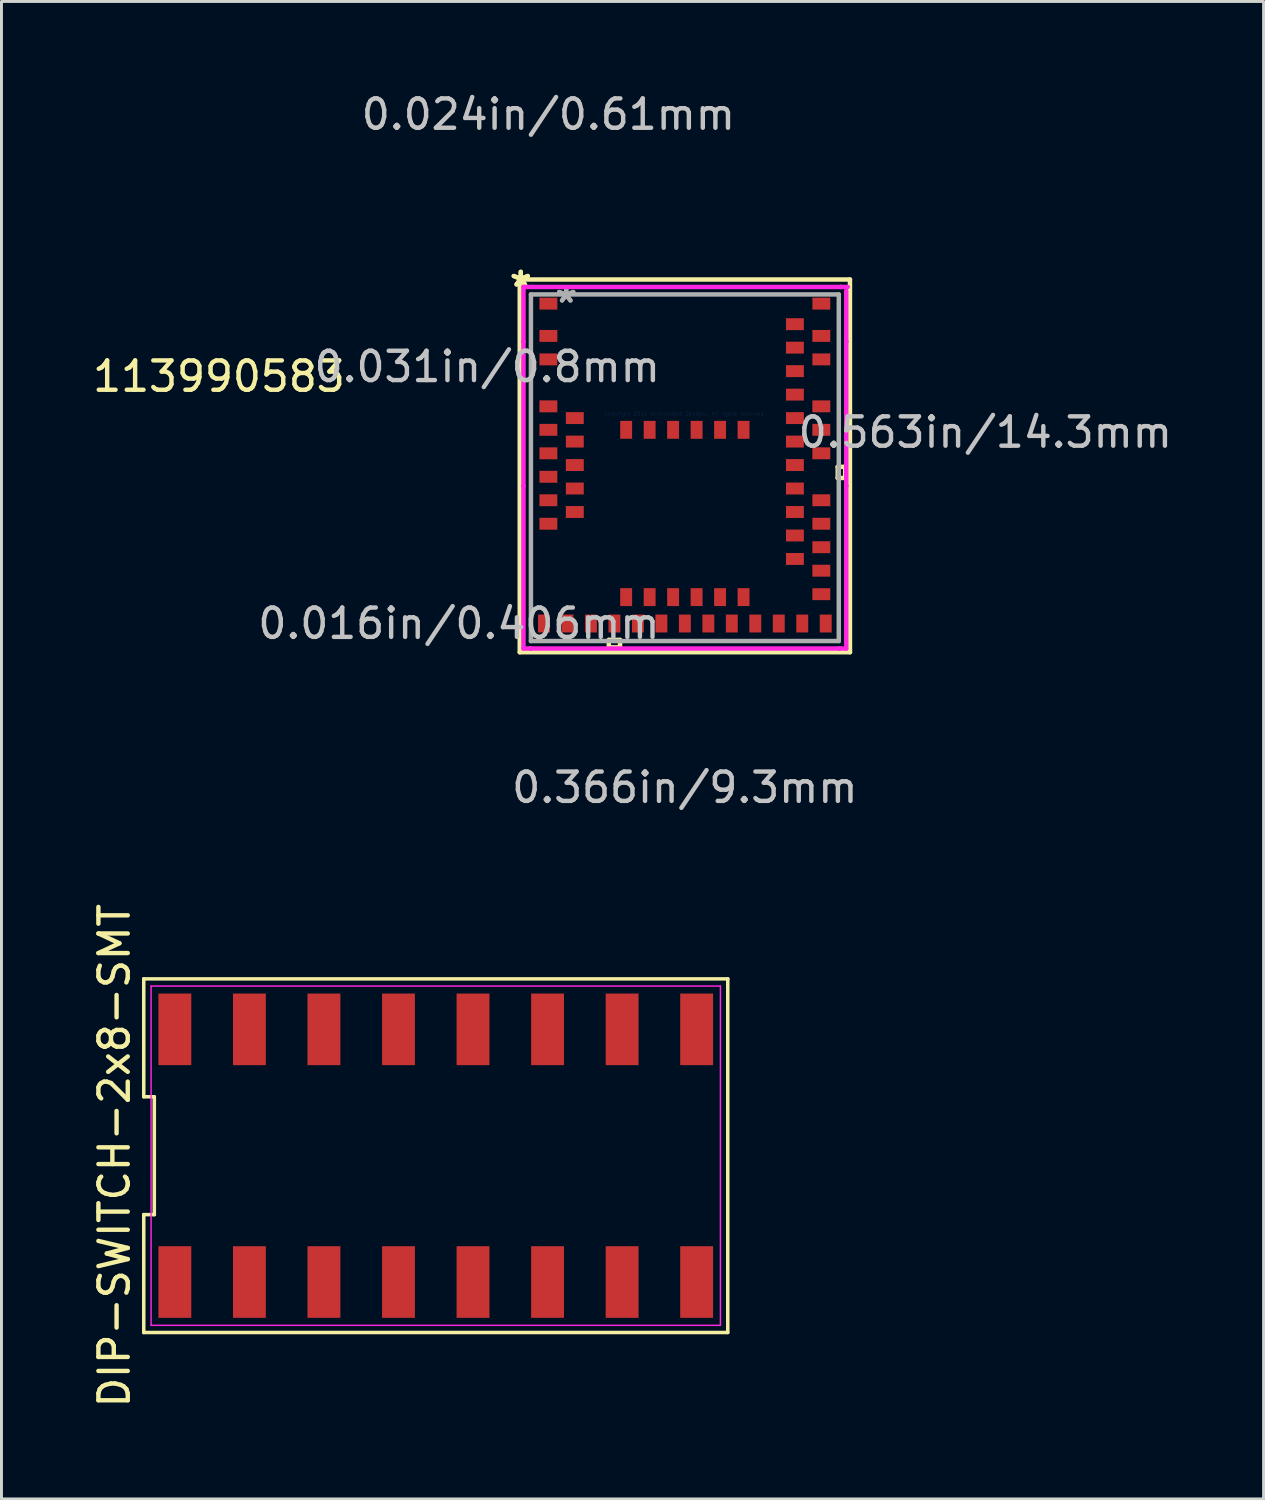
<source format=kicad_pcb>
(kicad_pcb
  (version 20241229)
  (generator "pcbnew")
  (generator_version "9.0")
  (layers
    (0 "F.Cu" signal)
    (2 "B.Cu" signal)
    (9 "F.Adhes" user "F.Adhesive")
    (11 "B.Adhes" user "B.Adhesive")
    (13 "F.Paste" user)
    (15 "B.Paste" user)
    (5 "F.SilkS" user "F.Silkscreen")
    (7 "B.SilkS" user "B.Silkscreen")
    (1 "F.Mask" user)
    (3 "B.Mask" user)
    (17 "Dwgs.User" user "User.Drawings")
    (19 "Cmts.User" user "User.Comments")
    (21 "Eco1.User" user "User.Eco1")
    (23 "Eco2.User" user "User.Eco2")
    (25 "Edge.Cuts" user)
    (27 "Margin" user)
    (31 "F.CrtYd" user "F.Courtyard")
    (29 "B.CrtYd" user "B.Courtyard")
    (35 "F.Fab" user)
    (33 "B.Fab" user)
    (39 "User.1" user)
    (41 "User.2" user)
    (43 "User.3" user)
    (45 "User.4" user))
  (footprint "DIP-SWITCH-2x8-SMT"
    (layer "F.Cu")
    (at 11.798 36.329)
    (property "Reference" "DIP-SWITCH-2x8-SMT" (at -10.95 0 90) (layer "F.SilkS") (effects (font (size 1 1) (thickness 0.15))))
    (attr through_hole)
    (fp_line (start -9.95 -6.025) (end -9.95 -2.008) (stroke (width 0.12) (type solid)) (layer "F.SilkS"))
    (fp_line (start -9.95 -2.008) (end -9.59 -2.008) (stroke (width 0.12) (type solid)) (layer "F.SilkS"))
    (fp_line (start -9.95 2.008) (end -9.95 6.025) (stroke (width 0.12) (type solid)) (layer "F.SilkS"))
    (fp_line (start -9.95 6.025) (end 9.95 6.025) (stroke (width 0.12) (type solid)) (layer "F.SilkS"))
    (fp_line (start -9.59 -2.008) (end -9.59 2.008) (stroke (width 0.12) (type solid)) (layer "F.SilkS"))
    (fp_line (start -9.59 2.008) (end -9.95 2.008) (stroke (width 0.12) (type solid)) (layer "F.SilkS"))
    (fp_line (start 9.95 -6.025) (end -9.95 -6.025) (stroke (width 0.12) (type solid)) (layer "F.SilkS"))
    (fp_line (start 9.95 6.025) (end 9.95 -6.025) (stroke (width 0.12) (type solid)) (layer "F.SilkS"))
    (fp_line (start -9.7 -5.78) (end 9.7 -5.78) (stroke (width 0.05) (type solid)) (layer "F.CrtYd"))
    (fp_line (start -9.7 5.78) (end -9.7 -5.78) (stroke (width 0.05) (type solid)) (layer "F.CrtYd"))
    (fp_line (start 9.7 -5.78) (end 9.7 5.78) (stroke (width 0.05) (type solid)) (layer "F.CrtYd"))
    (fp_line (start 9.7 5.78) (end -9.7 5.78) (stroke (width 0.05) (type solid)) (layer "F.CrtYd"))
    (pad "1" smd rect (at -8.89 4.305) (size 1.12 2.44) (layers "F.Cu" "F.Mask" "F.Paste"))
    (pad "2" smd rect (at -6.35 4.305) (size 1.12 2.44) (layers "F.Cu" "F.Mask" "F.Paste"))
    (pad "3" smd rect (at -3.81 4.305) (size 1.12 2.44) (layers "F.Cu" "F.Mask" "F.Paste"))
    (pad "4" smd rect (at -1.27 4.305) (size 1.12 2.44) (layers "F.Cu" "F.Mask" "F.Paste"))
    (pad "5" smd rect (at 1.27 4.305) (size 1.12 2.44) (layers "F.Cu" "F.Mask" "F.Paste"))
    (pad "6" smd rect (at 3.81 4.305) (size 1.12 2.44) (layers "F.Cu" "F.Mask" "F.Paste"))
    (pad "7" smd rect (at 6.35 4.305) (size 1.12 2.44) (layers "F.Cu" "F.Mask" "F.Paste"))
    (pad "8" smd rect (at 8.89 4.305) (size 1.12 2.44) (layers "F.Cu" "F.Mask" "F.Paste"))
    (pad "9" smd rect (at 8.89 -4.305) (size 1.12 2.44) (layers "F.Cu" "F.Mask" "F.Paste"))
    (pad "10" smd rect (at 6.35 -4.305) (size 1.12 2.44) (layers "F.Cu" "F.Mask" "F.Paste"))
    (pad "11" smd rect (at 3.81 -4.305) (size 1.12 2.44) (layers "F.Cu" "F.Mask" "F.Paste"))
    (pad "12" smd rect (at 1.27 -4.305) (size 1.12 2.44) (layers "F.Cu" "F.Mask" "F.Paste"))
    (pad "13" smd rect (at -1.27 -4.305) (size 1.12 2.44) (layers "F.Cu" "F.Mask" "F.Paste"))
    (pad "14" smd rect (at -3.81 -4.305) (size 1.12 2.44) (layers "F.Cu" "F.Mask" "F.Paste"))
    (pad "15" smd rect (at -6.35 -4.305) (size 1.12 2.44) (layers "F.Cu" "F.Mask" "F.Paste"))
    (pad "16" smd rect (at -8.89 -4.305) (size 1.12 2.44) (layers "F.Cu" "F.Mask" "F.Paste")))
  (footprint "113990583"
    (layer "F.Cu")
    (at 20.286 11.046)
    (property "Reference" "113990583" (at -15.875 -1.27 0) (layer "F.SilkS") (effects (font (size 1 1) (thickness 0.15))))
    (attr through_hole)
    (fp_line (start -5.626 -4.572) (end -5.626 8.128) (stroke (width 0.152) (type solid)) (layer "F.SilkS"))
    (fp_line (start -5.626 8.128) (end 5.626 8.128) (stroke (width 0.152) (type solid)) (layer "F.SilkS"))
    (fp_line (start -2.591 7.709) (end -2.591 7.963) (stroke (width 0.152) (type solid)) (layer "F.SilkS"))
    (fp_line (start -2.591 7.963) (end -2.209 7.963) (stroke (width 0.152) (type solid)) (layer "F.SilkS"))
    (fp_line (start -2.209 7.709) (end -2.591 7.709) (stroke (width 0.152) (type solid)) (layer "F.SilkS"))
    (fp_line (start -2.209 7.963) (end -2.209 7.709) (stroke (width 0.152) (type solid)) (layer "F.SilkS"))
    (fp_line (start 5.209 1.81) (end 5.463 1.81) (stroke (width 0.152) (type solid)) (layer "F.SilkS"))
    (fp_line (start 5.209 2.191) (end 5.209 1.81) (stroke (width 0.152) (type solid)) (layer "F.SilkS"))
    (fp_line (start 5.463 1.81) (end 5.463 2.191) (stroke (width 0.152) (type solid)) (layer "F.SilkS"))
    (fp_line (start 5.463 2.191) (end 5.209 2.191) (stroke (width 0.152) (type solid)) (layer "F.SilkS"))
    (fp_line (start 5.626 -4.572) (end -5.626 -4.572) (stroke (width 0.152) (type solid)) (layer "F.SilkS"))
    (fp_line (start 5.626 8.128) (end 5.626 -4.572) (stroke (width 0.152) (type solid)) (layer "F.SilkS"))
    (fp_line (start -5.499 -4.318) (end -5.257 -4.318) (stroke (width 0.152) (type solid)) (layer "F.CrtYd"))
    (fp_line (start -5.499 -2.457) (end -5.499 -4.318) (stroke (width 0.152) (type solid)) (layer "F.CrtYd"))
    (fp_line (start -5.499 -2.457) (end -5.499 -2.457) (stroke (width 0.152) (type solid)) (layer "F.CrtYd"))
    (fp_line (start -5.499 2.457) (end -5.499 -2.457) (stroke (width 0.152) (type solid)) (layer "F.CrtYd"))
    (fp_line (start -5.499 2.457) (end -5.499 2.457) (stroke (width 0.152) (type solid)) (layer "F.CrtYd"))
    (fp_line (start -5.499 8.001) (end -5.499 2.457) (stroke (width 0.152) (type solid)) (layer "F.CrtYd"))
    (fp_line (start -5.257 8.001) (end -5.499 8.001) (stroke (width 0.152) (type solid)) (layer "F.CrtYd"))
    (fp_line (start -5.257 8.001) (end -5.257 8.001) (stroke (width 0.152) (type solid)) (layer "F.CrtYd"))
    (fp_line (start -5.207 -4.318) (end -5.207 -4.318) (stroke (width 0.152) (type solid)) (layer "F.CrtYd"))
    (fp_line (start -5.207 -4.318) (end 5.307 -4.318) (stroke (width 0.152) (type solid)) (layer "F.CrtYd"))
    (fp_line (start 5.257 8.001) (end -5.257 8.001) (stroke (width 0.152) (type solid)) (layer "F.CrtYd"))
    (fp_line (start 5.257 8.001) (end 5.257 8.001) (stroke (width 0.152) (type solid)) (layer "F.CrtYd"))
    (fp_line (start 5.307 -4.318) (end 5.307 -4.318) (stroke (width 0.152) (type solid)) (layer "F.CrtYd"))
    (fp_line (start 5.307 -4.318) (end 5.549 -4.318) (stroke (width 0.152) (type solid)) (layer "F.CrtYd"))
    (fp_line (start 5.499 -4.191) (end 5.499 -2.457) (stroke (width 0.152) (type solid)) (layer "F.CrtYd"))
    (fp_line (start 5.499 -2.457) (end 5.499 -2.457) (stroke (width 0.152) (type solid)) (layer "F.CrtYd"))
    (fp_line (start 5.499 -2.457) (end 5.499 2.457) (stroke (width 0.152) (type solid)) (layer "F.CrtYd"))
    (fp_line (start 5.499 2.457) (end 5.499 2.457) (stroke (width 0.152) (type solid)) (layer "F.CrtYd"))
    (fp_line (start 5.499 2.457) (end 5.499 8.001) (stroke (width 0.152) (type solid)) (layer "F.CrtYd"))
    (fp_line (start 5.499 8.001) (end 5.257 8.001) (stroke (width 0.152) (type solid)) (layer "F.CrtYd"))
    (fp_line (start -5.245 -4.064) (end -5.245 7.747) (stroke (width 0.152) (type solid)) (layer "F.Fab"))
    (fp_line (start -5.245 7.747) (end 5.245 7.747) (stroke (width 0.152) (type solid)) (layer "F.Fab"))
    (fp_line (start 5.245 -4.064) (end -5.245 -4.064) (stroke (width 0.152) (type solid)) (layer "F.Fab"))
    (fp_line (start 5.245 7.747) (end 5.245 -4.064) (stroke (width 0.152) (type solid)) (layer "F.Fab"))
    (fp_text user "*" (at -5.591 -4.288 0) (layer "F.SilkS") (effects (font (size 1 1) (thickness 0.15))))
    (fp_text user "*" (at -5.591 -4.288 0) (layer "F.SilkS") (effects (font (size 1 1) (thickness 0.15))))
    (fp_text user "0.563in/14.3mm" (at 10.238 0.635 0) (layer "Dwgs.User") (effects (font (size 1 1) (thickness 0.15))))
    (fp_text user "0.366in/9.3mm" (at 0 12.738 0) (layer "Dwgs.User") (effects (font (size 1 1) (thickness 0.15))))
    (fp_text user "0.024in/0.61mm" (at -4.65 -10.198 0) (layer "Dwgs.User") (effects (font (size 1 1) (thickness 0.15))))
    (fp_text user "0.031in/0.8mm" (at -6.733 -1.6 0) (layer "Dwgs.User") (effects (font (size 1 1) (thickness 0.15))))
    (fp_text user "0.016in/0.406mm" (at -7.698 7.15 0) (layer "Dwgs.User") (effects (font (size 1 1) (thickness 0.15))))
    (fp_text user "Copyright 2016 Accelerated Designs. All rights reserved." (at 0 0 0) (layer "Cmts.User") (effects (font (size 0.127 0.127) (thickness 0.002))))
    (fp_text user "*" (at -4.042 -3.743 0) (layer "F.Fab") (effects (font (size 1 1) (thickness 0.15))))
    (fp_text user "*" (at -4.042 -3.743 0) (layer "F.Fab") (effects (font (size 1 1) (thickness 0.15))))
    (pad "1" smd rect (at -4.65 -3.75 90) (size 0.406 0.61) (layers "F.Cu" "F.Mask" "F.Paste"))
    (pad "2" smd rect (at -4.65 -2.65 90) (size 0.406 0.61) (layers "F.Cu" "F.Mask" "F.Paste"))
    (pad "3" smd rect (at -4.65 -1.85 90) (size 0.406 0.61) (layers "F.Cu" "F.Mask" "F.Paste"))
    (pad "4" smd rect (at -4.65 -0.25 90) (size 0.406 0.61) (layers "F.Cu" "F.Mask" "F.Paste"))
    (pad "5" smd rect (at -3.75 0.15 90) (size 0.406 0.61) (layers "F.Cu" "F.Mask" "F.Paste"))
    (pad "6" smd rect (at -4.65 0.55 90) (size 0.406 0.61) (layers "F.Cu" "F.Mask" "F.Paste"))
    (pad "7" smd rect (at -3.75 0.95 90) (size 0.406 0.61) (layers "F.Cu" "F.Mask" "F.Paste"))
    (pad "8" smd rect (at -4.65 1.35 90) (size 0.406 0.61) (layers "F.Cu" "F.Mask" "F.Paste"))
    (pad "9" smd rect (at -3.75 1.75 90) (size 0.406 0.61) (layers "F.Cu" "F.Mask" "F.Paste"))
    (pad "10" smd rect (at -4.65 2.15 90) (size 0.406 0.61) (layers "F.Cu" "F.Mask" "F.Paste"))
    (pad "11" smd rect (at -3.75 2.55 90) (size 0.406 0.61) (layers "F.Cu" "F.Mask" "F.Paste"))
    (pad "12" smd rect (at -4.65 2.95 90) (size 0.406 0.61) (layers "F.Cu" "F.Mask" "F.Paste"))
    (pad "13" smd rect (at -3.75 3.35 90) (size 0.406 0.61) (layers "F.Cu" "F.Mask" "F.Paste"))
    (pad "14" smd rect (at -4.65 3.75 90) (size 0.406 0.61) (layers "F.Cu" "F.Mask" "F.Paste"))
    (pad "15" smd rect (at -4.8 7.15) (size 0.406 0.61) (layers "F.Cu" "F.Mask" "F.Paste"))
    (pad "16" smd rect (at -4 7.15) (size 0.406 0.61) (layers "F.Cu" "F.Mask" "F.Paste"))
    (pad "17" smd rect (at -3.2 7.15) (size 0.406 0.61) (layers "F.Cu" "F.Mask" "F.Paste"))
    (pad "18" smd rect (at -2.4 7.15) (size 0.406 0.61) (layers "F.Cu" "F.Mask" "F.Paste"))
    (pad "19" smd rect (at -2 6.25) (size 0.406 0.61) (layers "F.Cu" "F.Mask" "F.Paste"))
    (pad "20" smd rect (at -1.6 7.15) (size 0.406 0.61) (layers "F.Cu" "F.Mask" "F.Paste"))
    (pad "21" smd rect (at -1.2 6.25) (size 0.406 0.61) (layers "F.Cu" "F.Mask" "F.Paste"))
    (pad "22" smd rect (at -0.8 7.15) (size 0.406 0.61) (layers "F.Cu" "F.Mask" "F.Paste"))
    (pad "23" smd rect (at -0.4 6.25) (size 0.406 0.61) (layers "F.Cu" "F.Mask" "F.Paste"))
    (pad "24" smd rect (at 0 7.15) (size 0.406 0.61) (layers "F.Cu" "F.Mask" "F.Paste"))
    (pad "25" smd rect (at 0.4 6.25) (size 0.406 0.61) (layers "F.Cu" "F.Mask" "F.Paste"))
    (pad "26" smd rect (at 0.8 7.15) (size 0.406 0.61) (layers "F.Cu" "F.Mask" "F.Paste"))
    (pad "27" smd rect (at 1.2 6.25) (size 0.406 0.61) (layers "F.Cu" "F.Mask" "F.Paste"))
    (pad "28" smd rect (at 1.6 7.15) (size 0.406 0.61) (layers "F.Cu" "F.Mask" "F.Paste"))
    (pad "29" smd rect (at 2 6.25) (size 0.406 0.61) (layers "F.Cu" "F.Mask" "F.Paste"))
    (pad "30" smd rect (at 2.4 7.15) (size 0.406 0.61) (layers "F.Cu" "F.Mask" "F.Paste"))
    (pad "31" smd rect (at 3.2 7.15) (size 0.406 0.61) (layers "F.Cu" "F.Mask" "F.Paste"))
    (pad "32" smd rect (at 4 7.15) (size 0.406 0.61) (layers "F.Cu" "F.Mask" "F.Paste"))
    (pad "33" smd rect (at 4.8 7.15) (size 0.406 0.61) (layers "F.Cu" "F.Mask" "F.Paste"))
    (pad "34" smd rect (at 4.65 6.15 90) (size 0.406 0.61) (layers "F.Cu" "F.Mask" "F.Paste"))
    (pad "35" smd rect (at 4.65 5.35 90) (size 0.406 0.61) (layers "F.Cu" "F.Mask" "F.Paste"))
    (pad "36" smd rect (at 3.75 4.95 90) (size 0.406 0.61) (layers "F.Cu" "F.Mask" "F.Paste"))
    (pad "37" smd rect (at 4.65 4.55 90) (size 0.406 0.61) (layers "F.Cu" "F.Mask" "F.Paste"))
    (pad "38" smd rect (at 3.75 4.15 90) (size 0.406 0.61) (layers "F.Cu" "F.Mask" "F.Paste"))
    (pad "39" smd rect (at 4.65 3.75 90) (size 0.406 0.61) (layers "F.Cu" "F.Mask" "F.Paste"))
    (pad "40" smd rect (at 3.75 3.35 90) (size 0.406 0.61) (layers "F.Cu" "F.Mask" "F.Paste"))
    (pad "41" smd rect (at 4.65 2.95 90) (size 0.406 0.61) (layers "F.Cu" "F.Mask" "F.Paste"))
    (pad "42" smd rect (at 3.75 2.55 90) (size 0.406 0.61) (layers "F.Cu" "F.Mask" "F.Paste"))
    (pad "43" smd rect (at 3.75 1.75 90) (size 0.406 0.61) (layers "F.Cu" "F.Mask" "F.Paste"))
    (pad "44" smd rect (at 4.65 1.35 90) (size 0.406 0.61) (layers "F.Cu" "F.Mask" "F.Paste"))
    (pad "45" smd rect (at 3.75 0.95 90) (size 0.406 0.61) (layers "F.Cu" "F.Mask" "F.Paste"))
    (pad "46" smd rect (at 4.65 0.55 90) (size 0.406 0.61) (layers "F.Cu" "F.Mask" "F.Paste"))
    (pad "47" smd rect (at 3.75 0.15 90) (size 0.406 0.61) (layers "F.Cu" "F.Mask" "F.Paste"))
    (pad "48" smd rect (at 4.65 -0.25 90) (size 0.406 0.61) (layers "F.Cu" "F.Mask" "F.Paste"))
    (pad "49" smd rect (at 3.75 -0.65 90) (size 0.406 0.61) (layers "F.Cu" "F.Mask" "F.Paste"))
    (pad "50" smd rect (at 3.75 -1.45 90) (size 0.406 0.61) (layers "F.Cu" "F.Mask" "F.Paste"))
    (pad "51" smd rect (at 4.65 -1.85 90) (size 0.406 0.61) (layers "F.Cu" "F.Mask" "F.Paste"))
    (pad "52" smd rect (at 3.75 -2.25 90) (size 0.406 0.61) (layers "F.Cu" "F.Mask" "F.Paste"))
    (pad "53" smd rect (at 4.65 -2.65 90) (size 0.406 0.61) (layers "F.Cu" "F.Mask" "F.Paste"))
    (pad "54" smd rect (at 3.75 -3.05 90) (size 0.406 0.61) (layers "F.Cu" "F.Mask" "F.Paste"))
    (pad "55" smd rect (at 4.65 -3.75 90) (size 0.406 0.61) (layers "F.Cu" "F.Mask" "F.Paste"))
    (pad "56" smd rect (at -2 0.55) (size 0.406 0.61) (layers "F.Cu" "F.Mask" "F.Paste"))
    (pad "57" smd rect (at -1.2 0.55) (size 0.406 0.61) (layers "F.Cu" "F.Mask" "F.Paste"))
    (pad "58" smd rect (at -0.4 0.55) (size 0.406 0.61) (layers "F.Cu" "F.Mask" "F.Paste"))
    (pad "59" smd rect (at 0.4 0.55) (size 0.406 0.61) (layers "F.Cu" "F.Mask" "F.Paste"))
    (pad "60" smd rect (at 1.2 0.55) (size 0.406 0.61) (layers "F.Cu" "F.Mask" "F.Paste"))
    (pad "61" smd rect (at 2 0.55) (size 0.406 0.61) (layers "F.Cu" "F.Mask" "F.Paste")))
  (gr_rect
    (start -3 -3)
    (end 40.006 48.025)
    (stroke (width 0.1) (type default))
    (fill no)
    (layer "Edge.Cuts")))
</source>
